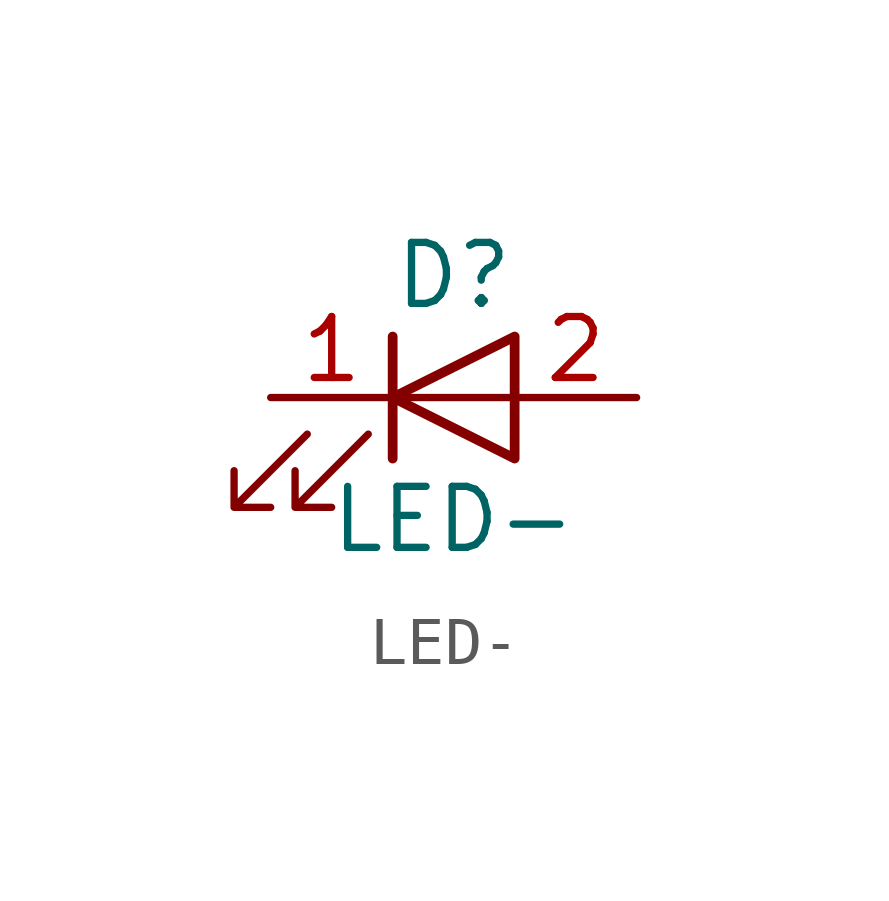
<source format=kicad_sym>
(kicad_symbol_lib
  (version 20220914)
  (generator kicad_symbol_editor)
  (symbol "LED-"
    (pin_names
      (offset 1.016) hide)
    (property "Reference" "D"
      (at 0 2.54 0)
      (effects (font (size 1.27 1.27))))
    (property "Value" "LED-"
      (at 0 -2.54 0)
      (effects (font (size 1.27 1.27))))
    (symbol "LED-_0_1"
      (polyline (pts (xy -1.27 -1.27) (xy -1.27 1.27)) (stroke (width 0.203) (type solid)) (fill (type none)))
      (polyline (pts (xy -1.27 0) (xy 1.27 0)) (stroke (width 0) (type solid)) (fill (type none)))
      (polyline (pts (xy 1.27 -1.27) (xy 1.27 1.27) (xy -1.27 0) (xy 1.27 -1.27)) (stroke (width 0.203) (type solid)) (fill (type none)))
      (polyline (pts (xy -3.048 -0.762) (xy -4.572 -2.286) (xy -3.81 -2.286) (xy -4.572 -2.286) (xy -4.572 -1.524)) (stroke (width 0) (type solid)) (fill (type none)))
      (polyline (pts (xy -1.778 -0.762) (xy -3.302 -2.286) (xy -2.54 -2.286) (xy -3.302 -2.286) (xy -3.302 -1.524)) (stroke (width 0) (type solid)) (fill (type none))))
    (symbol "LED-_1_1"
      (pin passive line (at -3.81 0 0) (length 2.54) (name "K" (effects (font (size 1.27 1.27)))) (number "1" (effects (font (size 1.27 1.27)))))
      (pin passive line (at 3.81 0 180) (length 2.54) (name "A" (effects (font (size 1.27 1.27)))) (number "2" (effects (font (size 1.27 1.27))))))))
</source>
